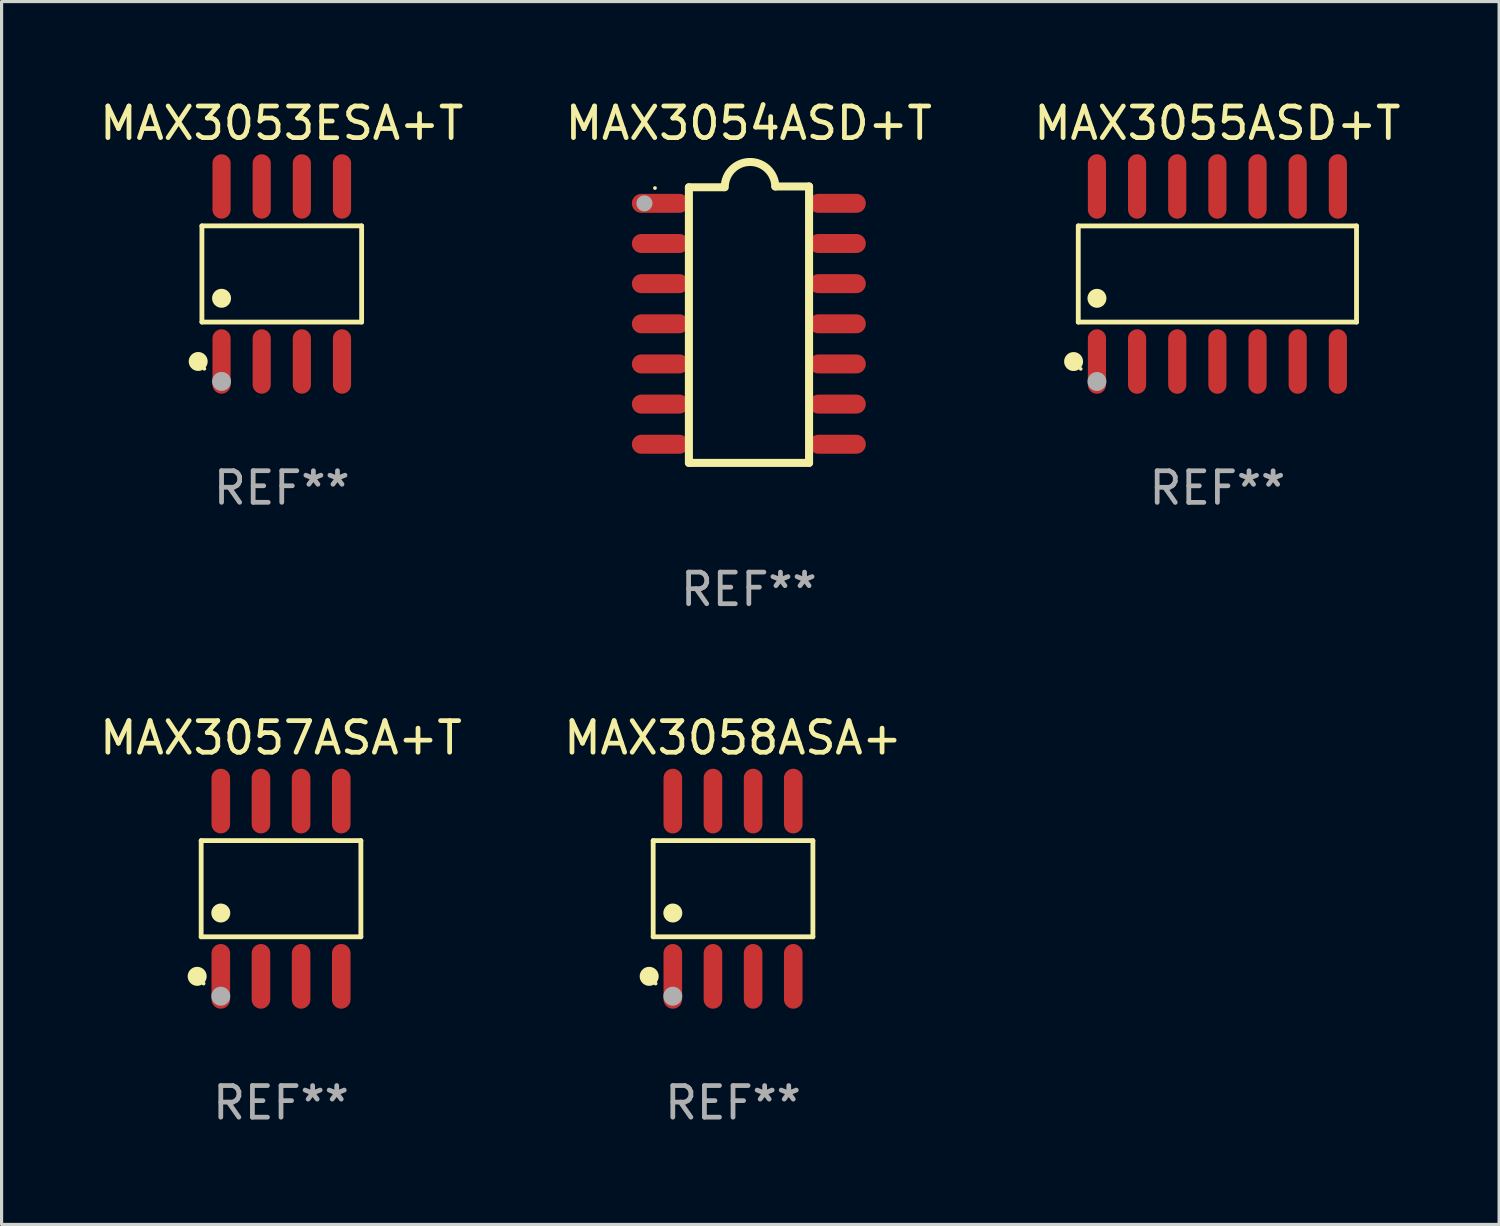
<source format=kicad_pcb>
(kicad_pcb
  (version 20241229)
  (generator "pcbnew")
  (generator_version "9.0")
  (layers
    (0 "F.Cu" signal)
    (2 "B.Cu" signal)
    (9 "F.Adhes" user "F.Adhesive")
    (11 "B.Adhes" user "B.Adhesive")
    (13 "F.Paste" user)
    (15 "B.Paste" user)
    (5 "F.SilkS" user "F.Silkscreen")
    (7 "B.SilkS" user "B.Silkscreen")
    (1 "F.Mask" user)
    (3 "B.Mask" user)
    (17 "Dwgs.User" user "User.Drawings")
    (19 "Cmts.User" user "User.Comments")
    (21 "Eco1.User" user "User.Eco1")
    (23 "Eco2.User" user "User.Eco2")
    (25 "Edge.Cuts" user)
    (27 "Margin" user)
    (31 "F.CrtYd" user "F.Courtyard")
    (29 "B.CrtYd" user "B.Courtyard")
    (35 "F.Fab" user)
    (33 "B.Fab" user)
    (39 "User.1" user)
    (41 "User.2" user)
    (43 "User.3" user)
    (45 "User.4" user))
  (footprint "MAX3054ASD+T"
    (layer "F.Cu")
    (at 20.637 7.22)
    (property "Reference" "MAX3054ASD+T" (at 0 -6.372 0) (layer "F.SilkS") (effects (font (size 1 1) (thickness 0.15))))
    (attr through_hole)
    (fp_line (start -1.896 -4.346) (end -0.813 -4.346) (stroke (width 0.254) (type solid)) (layer "F.SilkS"))
    (fp_line (start -1.896 4.372) (end -1.896 -4.346) (stroke (width 0.254) (type solid)) (layer "F.SilkS"))
    (fp_line (start 0.838 -4.372) (end 1.905 -4.372) (stroke (width 0.254) (type solid)) (layer "F.SilkS"))
    (fp_line (start 1.905 -4.372) (end 1.905 4.372) (stroke (width 0.254) (type solid)) (layer "F.SilkS"))
    (fp_line (start 1.905 4.372) (end -1.896 4.372) (stroke (width 0.254) (type solid)) (layer "F.SilkS"))
    (fp_arc (start -0.761799 -4.346291) (mid 0.025807 -5.146222) (end 0.838405 -4.371692) (stroke (width 0.254001) (type solid)) (layer "F.SilkS"))
    (fp_circle (center -2.97 -4.323) (end -2.94 -4.323) (stroke (width 0.06) (type solid)) (fill no) (layer "F.SilkS"))
    (fp_circle (center -3.302 -3.838) (end -3.175 -3.838) (stroke (width 0.254) (type solid)) (fill no) (layer "F.Fab"))
    (fp_text user "REF**" (at 0 8.372 0) (layer "F.Fab") (effects (font (size 1 1) (thickness 0.15))))
    (pad "1" smd oval (at -2.8 -3.838) (size 1.8 0.6) (layers "F.Cu" "F.Mask" "F.Paste"))
    (pad "2" smd oval (at -2.8 -2.568) (size 1.8 0.6) (layers "F.Cu" "F.Mask" "F.Paste"))
    (pad "3" smd oval (at -2.8 -1.298) (size 1.8 0.6) (layers "F.Cu" "F.Mask" "F.Paste"))
    (pad "4" smd oval (at -2.8 -0.028) (size 1.8 0.6) (layers "F.Cu" "F.Mask" "F.Paste"))
    (pad "5" smd oval (at -2.8 1.242) (size 1.8 0.6) (layers "F.Cu" "F.Mask" "F.Paste"))
    (pad "6" smd oval (at -2.8 2.512) (size 1.8 0.6) (layers "F.Cu" "F.Mask" "F.Paste"))
    (pad "7" smd oval (at -2.8 3.782) (size 1.8 0.6) (layers "F.Cu" "F.Mask" "F.Paste"))
    (pad "8" smd oval (at 2.8 3.782) (size 1.8 0.6) (layers "F.Cu" "F.Mask" "F.Paste"))
    (pad "9" smd oval (at 2.8 2.512) (size 1.8 0.6) (layers "F.Cu" "F.Mask" "F.Paste"))
    (pad "10" smd oval (at 2.8 1.242) (size 1.8 0.6) (layers "F.Cu" "F.Mask" "F.Paste"))
    (pad "11" smd oval (at 2.8 -0.028) (size 1.8 0.6) (layers "F.Cu" "F.Mask" "F.Paste"))
    (pad "12" smd oval (at 2.8 -1.298) (size 1.8 0.6) (layers "F.Cu" "F.Mask" "F.Paste"))
    (pad "13" smd oval (at 2.8 -2.568) (size 1.8 0.6) (layers "F.Cu" "F.Mask" "F.Paste"))
    (pad "14" smd oval (at 2.8 -3.838) (size 1.8 0.6) (layers "F.Cu" "F.Mask" "F.Paste")))
  (footprint "MAX3057ASA+T"
    (layer "F.Cu")
    (at 5.839 25.061)
    (property "Reference" "MAX3057ASA+T" (at 0 -4.772 0) (layer "F.SilkS") (effects (font (size 1 1) (thickness 0.15))))
    (attr through_hole)
    (fp_line (start -2.526 -1.521) (end 2.526 -1.521) (stroke (width 0.152) (type solid)) (layer "F.SilkS"))
    (fp_line (start -2.526 1.521) (end -2.526 -1.521) (stroke (width 0.152) (type solid)) (layer "F.SilkS"))
    (fp_line (start 2.526 -1.521) (end 2.526 1.521) (stroke (width 0.152) (type solid)) (layer "F.SilkS"))
    (fp_line (start 2.526 1.521) (end -2.526 1.521) (stroke (width 0.152) (type solid)) (layer "F.SilkS"))
    (fp_circle (center -2.652 2.772) (end -2.501 2.772) (stroke (width 0.3) (type solid)) (fill no) (layer "F.SilkS"))
    (fp_circle (center -2.45 3) (end -2.42 3) (stroke (width 0.06) (type solid)) (fill no) (layer "F.SilkS"))
    (fp_circle (center -1.905 0.769) (end -1.755 0.769) (stroke (width 0.3) (type solid)) (fill no) (layer "F.SilkS"))
    (fp_circle (center -1.905 3.4) (end -1.755 3.4) (stroke (width 0.3) (type solid)) (fill no) (layer "F.Fab"))
    (fp_text user "REF**" (at 0 6.772 0) (layer "F.Fab") (effects (font (size 1 1) (thickness 0.15))))
    (pad "1" smd oval (at -1.905 2.772) (size 0.588 2.045) (layers "F.Cu" "F.Mask" "F.Paste"))
    (pad "2" smd oval (at -0.635 2.772) (size 0.588 2.045) (layers "F.Cu" "F.Mask" "F.Paste"))
    (pad "3" smd oval (at 0.635 2.772) (size 0.588 2.045) (layers "F.Cu" "F.Mask" "F.Paste"))
    (pad "4" smd oval (at 1.905 2.772) (size 0.588 2.045) (layers "F.Cu" "F.Mask" "F.Paste"))
    (pad "5" smd oval (at 1.905 -2.772) (size 0.588 2.045) (layers "F.Cu" "F.Mask" "F.Paste"))
    (pad "6" smd oval (at 0.635 -2.772) (size 0.588 2.045) (layers "F.Cu" "F.Mask" "F.Paste"))
    (pad "7" smd oval (at -0.635 -2.772) (size 0.588 2.045) (layers "F.Cu" "F.Mask" "F.Paste"))
    (pad "8" smd oval (at -1.905 -2.772) (size 0.588 2.045) (layers "F.Cu" "F.Mask" "F.Paste")))
  (footprint "MAX3058ASA+"
    (layer "F.Cu")
    (at 20.137 25.061)
    (property "Reference" "MAX3058ASA+" (at 0 -4.772 0) (layer "F.SilkS") (effects (font (size 1 1) (thickness 0.15))))
    (attr through_hole)
    (fp_line (start -2.526 -1.521) (end 2.526 -1.521) (stroke (width 0.152) (type solid)) (layer "F.SilkS"))
    (fp_line (start -2.526 1.521) (end -2.526 -1.521) (stroke (width 0.152) (type solid)) (layer "F.SilkS"))
    (fp_line (start 2.526 -1.521) (end 2.526 1.521) (stroke (width 0.152) (type solid)) (layer "F.SilkS"))
    (fp_line (start 2.526 1.521) (end -2.526 1.521) (stroke (width 0.152) (type solid)) (layer "F.SilkS"))
    (fp_circle (center -2.652 2.772) (end -2.501 2.772) (stroke (width 0.3) (type solid)) (fill no) (layer "F.SilkS"))
    (fp_circle (center -2.45 3) (end -2.42 3) (stroke (width 0.06) (type solid)) (fill no) (layer "F.SilkS"))
    (fp_circle (center -1.905 0.769) (end -1.755 0.769) (stroke (width 0.3) (type solid)) (fill no) (layer "F.SilkS"))
    (fp_circle (center -1.905 3.4) (end -1.755 3.4) (stroke (width 0.3) (type solid)) (fill no) (layer "F.Fab"))
    (fp_text user "REF**" (at 0 6.772 0) (layer "F.Fab") (effects (font (size 1 1) (thickness 0.15))))
    (pad "1" smd oval (at -1.905 2.772) (size 0.588 2.045) (layers "F.Cu" "F.Mask" "F.Paste"))
    (pad "2" smd oval (at -0.635 2.772) (size 0.588 2.045) (layers "F.Cu" "F.Mask" "F.Paste"))
    (pad "3" smd oval (at 0.635 2.772) (size 0.588 2.045) (layers "F.Cu" "F.Mask" "F.Paste"))
    (pad "4" smd oval (at 1.905 2.772) (size 0.588 2.045) (layers "F.Cu" "F.Mask" "F.Paste"))
    (pad "5" smd oval (at 1.905 -2.772) (size 0.588 2.045) (layers "F.Cu" "F.Mask" "F.Paste"))
    (pad "6" smd oval (at 0.635 -2.772) (size 0.588 2.045) (layers "F.Cu" "F.Mask" "F.Paste"))
    (pad "7" smd oval (at -0.635 -2.772) (size 0.588 2.045) (layers "F.Cu" "F.Mask" "F.Paste"))
    (pad "8" smd oval (at -1.905 -2.772) (size 0.588 2.045) (layers "F.Cu" "F.Mask" "F.Paste")))
  (footprint "MAX3053ESA+T"
    (layer "F.Cu")
    (at 5.863 5.616)
    (property "Reference" "MAX3053ESA+T" (at 0 -4.768 0) (layer "F.SilkS") (effects (font (size 1 1) (thickness 0.15))))
    (attr through_hole)
    (fp_line (start -2.526 -1.521) (end 2.526 -1.521) (stroke (width 0.152) (type solid)) (layer "F.SilkS"))
    (fp_line (start -2.526 1.521) (end -2.526 -1.521) (stroke (width 0.152) (type solid)) (layer "F.SilkS"))
    (fp_line (start 2.526 -1.521) (end 2.526 1.521) (stroke (width 0.152) (type solid)) (layer "F.SilkS"))
    (fp_line (start 2.526 1.521) (end -2.526 1.521) (stroke (width 0.152) (type solid)) (layer "F.SilkS"))
    (fp_circle (center -2.644 2.768) (end -2.494 2.768) (stroke (width 0.3) (type solid)) (fill no) (layer "F.SilkS"))
    (fp_circle (center -2.45 2.998) (end -2.42 2.998) (stroke (width 0.06) (type solid)) (fill no) (layer "F.SilkS"))
    (fp_circle (center -1.905 0.769) (end -1.755 0.769) (stroke (width 0.3) (type solid)) (fill no) (layer "F.SilkS"))
    (fp_circle (center -1.905 3.398) (end -1.755 3.398) (stroke (width 0.3) (type solid)) (fill no) (layer "F.Fab"))
    (fp_text user "REF**" (at 0 6.768 0) (layer "F.Fab") (effects (font (size 1 1) (thickness 0.15))))
    (pad "1" smd oval (at -1.905 2.768) (size 0.574 2.036) (layers "F.Cu" "F.Mask" "F.Paste"))
    (pad "2" smd oval (at -0.635 2.768) (size 0.574 2.036) (layers "F.Cu" "F.Mask" "F.Paste"))
    (pad "3" smd oval (at 0.635 2.768) (size 0.574 2.036) (layers "F.Cu" "F.Mask" "F.Paste"))
    (pad "4" smd oval (at 1.905 2.768) (size 0.574 2.036) (layers "F.Cu" "F.Mask" "F.Paste"))
    (pad "5" smd oval (at 1.905 -2.768) (size 0.574 2.036) (layers "F.Cu" "F.Mask" "F.Paste"))
    (pad "6" smd oval (at 0.635 -2.768) (size 0.574 2.036) (layers "F.Cu" "F.Mask" "F.Paste"))
    (pad "7" smd oval (at -0.635 -2.768) (size 0.574 2.036) (layers "F.Cu" "F.Mask" "F.Paste"))
    (pad "8" smd oval (at -1.905 -2.768) (size 0.574 2.036) (layers "F.Cu" "F.Mask" "F.Paste")))
  (footprint "MAX3055ASD+T"
    (layer "F.Cu")
    (at 35.458 5.617)
    (property "Reference" "MAX3055ASD+T" (at 0 -4.769 0) (layer "F.SilkS") (effects (font (size 1 1) (thickness 0.15))))
    (attr through_hole)
    (fp_line (start -4.401 -1.521) (end 4.401 -1.521) (stroke (width 0.152) (type solid)) (layer "F.SilkS"))
    (fp_line (start -4.401 1.521) (end -4.401 -1.521) (stroke (width 0.152) (type solid)) (layer "F.SilkS"))
    (fp_line (start 4.401 -1.521) (end 4.401 1.521) (stroke (width 0.152) (type solid)) (layer "F.SilkS"))
    (fp_line (start 4.401 1.521) (end -4.401 1.521) (stroke (width 0.152) (type solid)) (layer "F.SilkS"))
    (fp_circle (center -4.549 2.769) (end -4.399 2.769) (stroke (width 0.3) (type solid)) (fill no) (layer "F.SilkS"))
    (fp_circle (center -4.325 3) (end -4.295 3) (stroke (width 0.06) (type solid)) (fill no) (layer "F.SilkS"))
    (fp_circle (center -3.81 0.769) (end -3.66 0.769) (stroke (width 0.3) (type solid)) (fill no) (layer "F.SilkS"))
    (fp_circle (center -3.81 3.4) (end -3.66 3.4) (stroke (width 0.3) (type solid)) (fill no) (layer "F.Fab"))
    (fp_text user "REF**" (at 0 6.769 0) (layer "F.Fab") (effects (font (size 1 1) (thickness 0.15))))
    (pad "1" smd oval (at -3.81 2.769) (size 0.574 2.038) (layers "F.Cu" "F.Mask" "F.Paste"))
    (pad "2" smd oval (at -2.54 2.769) (size 0.574 2.038) (layers "F.Cu" "F.Mask" "F.Paste"))
    (pad "3" smd oval (at -1.27 2.769) (size 0.574 2.038) (layers "F.Cu" "F.Mask" "F.Paste"))
    (pad "4" smd oval (at 0 2.769) (size 0.574 2.038) (layers "F.Cu" "F.Mask" "F.Paste"))
    (pad "5" smd oval (at 1.27 2.769) (size 0.574 2.038) (layers "F.Cu" "F.Mask" "F.Paste"))
    (pad "6" smd oval (at 2.54 2.769) (size 0.574 2.038) (layers "F.Cu" "F.Mask" "F.Paste"))
    (pad "7" smd oval (at 3.81 2.769) (size 0.574 2.038) (layers "F.Cu" "F.Mask" "F.Paste"))
    (pad "8" smd oval (at 3.81 -2.769) (size 0.574 2.038) (layers "F.Cu" "F.Mask" "F.Paste"))
    (pad "9" smd oval (at 2.54 -2.769) (size 0.574 2.038) (layers "F.Cu" "F.Mask" "F.Paste"))
    (pad "10" smd oval (at 1.27 -2.769) (size 0.574 2.038) (layers "F.Cu" "F.Mask" "F.Paste"))
    (pad "11" smd oval (at 0 -2.769) (size 0.574 2.038) (layers "F.Cu" "F.Mask" "F.Paste"))
    (pad "12" smd oval (at -1.27 -2.769) (size 0.574 2.038) (layers "F.Cu" "F.Mask" "F.Paste"))
    (pad "13" smd oval (at -2.54 -2.769) (size 0.574 2.038) (layers "F.Cu" "F.Mask" "F.Paste"))
    (pad "14" smd oval (at -3.81 -2.769) (size 0.574 2.038) (layers "F.Cu" "F.Mask" "F.Paste")))
  (gr_rect
    (start -3 -3)
    (end 44.369 35.681)
    (stroke (width 0.1) (type default))
    (fill no)
    (layer "Edge.Cuts")))
</source>
